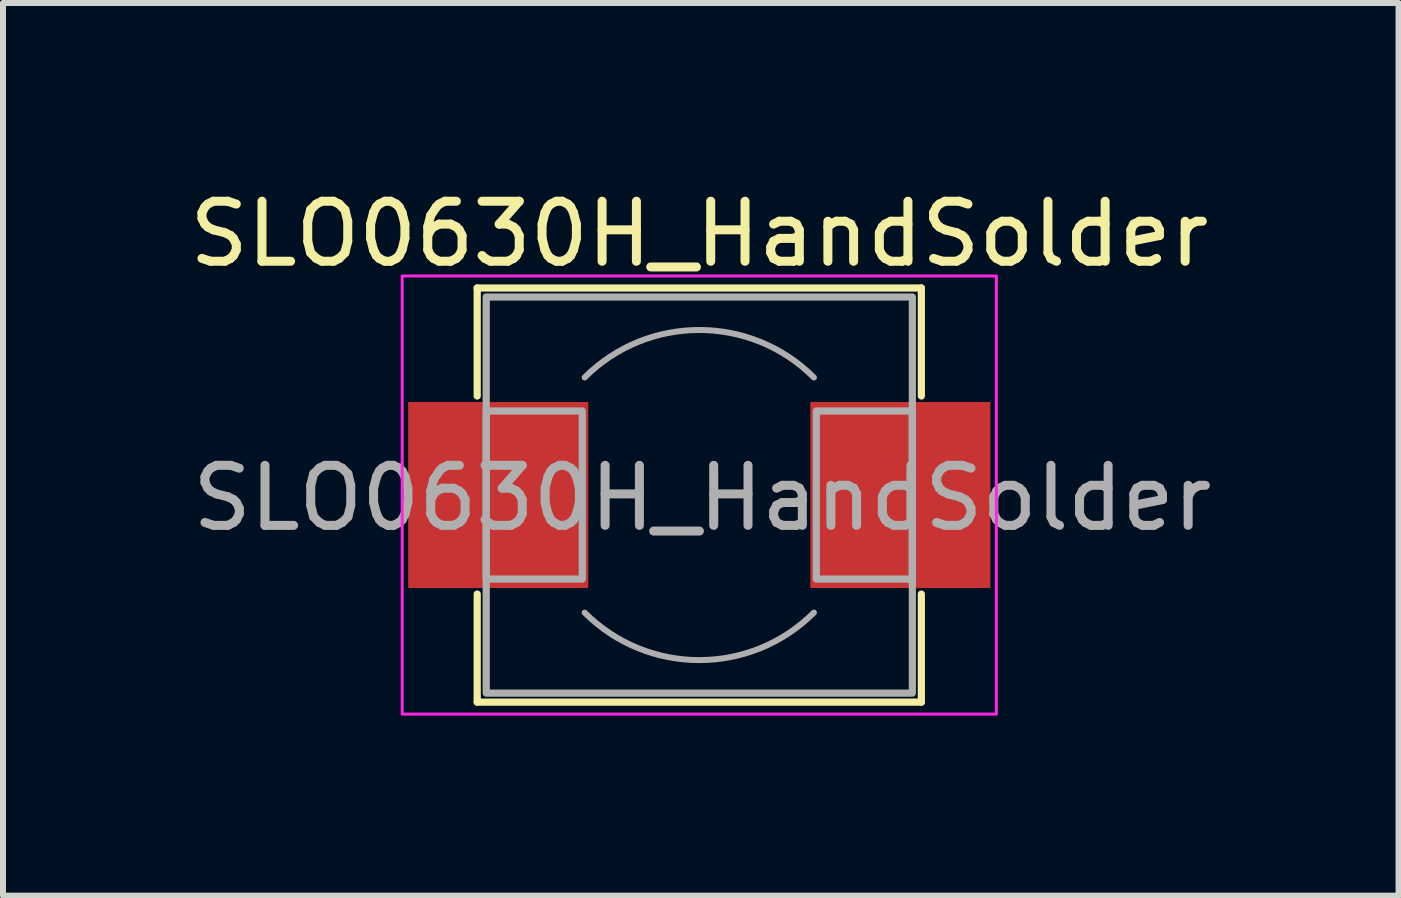
<source format=kicad_pcb>
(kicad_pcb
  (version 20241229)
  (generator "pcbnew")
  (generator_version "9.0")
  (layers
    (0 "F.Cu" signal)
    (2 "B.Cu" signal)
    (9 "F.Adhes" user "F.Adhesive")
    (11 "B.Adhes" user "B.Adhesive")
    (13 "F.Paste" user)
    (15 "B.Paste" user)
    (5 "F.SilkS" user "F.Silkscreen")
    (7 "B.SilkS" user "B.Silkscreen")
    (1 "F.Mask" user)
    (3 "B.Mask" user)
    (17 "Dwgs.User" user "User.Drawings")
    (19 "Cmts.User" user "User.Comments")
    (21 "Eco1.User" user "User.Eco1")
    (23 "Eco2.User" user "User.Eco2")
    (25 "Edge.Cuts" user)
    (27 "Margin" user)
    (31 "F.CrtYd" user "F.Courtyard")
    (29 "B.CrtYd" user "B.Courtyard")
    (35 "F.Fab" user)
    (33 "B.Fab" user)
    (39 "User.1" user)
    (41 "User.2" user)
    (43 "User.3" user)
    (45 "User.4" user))
  (footprint "SLO0630H_HandSolder"
    (layer "F.Cu")
    (at 8.601 8.498)
    (property "Reference" "SLO0630H_HandSolder" (at 0 -7.65 0) (unlocked yes) (layer "F.SilkS") (effects (font (size 1 1) (thickness 0.15))))
    (attr smd)
    (fp_line (start -3.7 -6.75) (end 3.7 -6.75) (stroke (width 0.12) (type solid)) (layer "F.SilkS"))
    (fp_line (start -3.7 -4.95) (end -3.7 -6.75) (stroke (width 0.12) (type solid)) (layer "F.SilkS"))
    (fp_line (start -3.7 0.15) (end -3.7 -1.65) (stroke (width 0.12) (type solid)) (layer "F.SilkS"))
    (fp_line (start 3.7 -6.75) (end 3.7 -4.95) (stroke (width 0.12) (type solid)) (layer "F.SilkS"))
    (fp_line (start 3.7 -1.65) (end 3.7 0.15) (stroke (width 0.12) (type solid)) (layer "F.SilkS"))
    (fp_line (start 3.7 0.15) (end -3.7 0.15) (stroke (width 0.12) (type solid)) (layer "F.SilkS"))
    (fp_rect (start 4.95 0.35) (end -4.95 -6.95) (stroke (width 0.05) (type solid)) (fill no) (layer "F.CrtYd"))
    (fp_rect (start -3.55 -1.9) (end -1.95 -4.7) (stroke (width 0.12) (type solid)) (fill no) (layer "F.Fab"))
    (fp_rect (start -3.55 0) (end 3.55 -6.6) (stroke (width 0.12) (type solid)) (fill no) (layer "F.Fab"))
    (fp_rect (start 1.95 -1.9) (end 3.55 -4.7) (stroke (width 0.12) (type solid)) (fill no) (layer "F.Fab"))
    (fp_arc (start -1.91 -5.258852) (mid 0 -6.05) (end 1.91 -5.258852) (stroke (width 0.1) (type solid)) (layer "F.Fab"))
    (fp_arc (start 1.91 -1.341148) (mid 0 -0.55) (end -1.91 -1.341148) (stroke (width 0.1) (type solid)) (layer "F.Fab"))
    (fp_text user "${REFERENCE}" (at 0.05 -3.25 0) (unlocked yes) (layer "F.Fab") (effects (font (size 1 1) (thickness 0.15))))
    (pad "1" smd rect (at -3.35 -3.3 270) (size 3.1 3) (layers "F.Cu" "F.Mask" "F.Paste"))
    (pad "2" smd rect (at 3.35 -3.3 180) (size 3 3.1) (layers "F.Cu" "F.Mask" "F.Paste")))
  (gr_rect
    (start -3 -3)
    (end 20.252 11.873)
    (stroke (width 0.1) (type default))
    (fill no)
    (layer "Edge.Cuts")))
</source>
